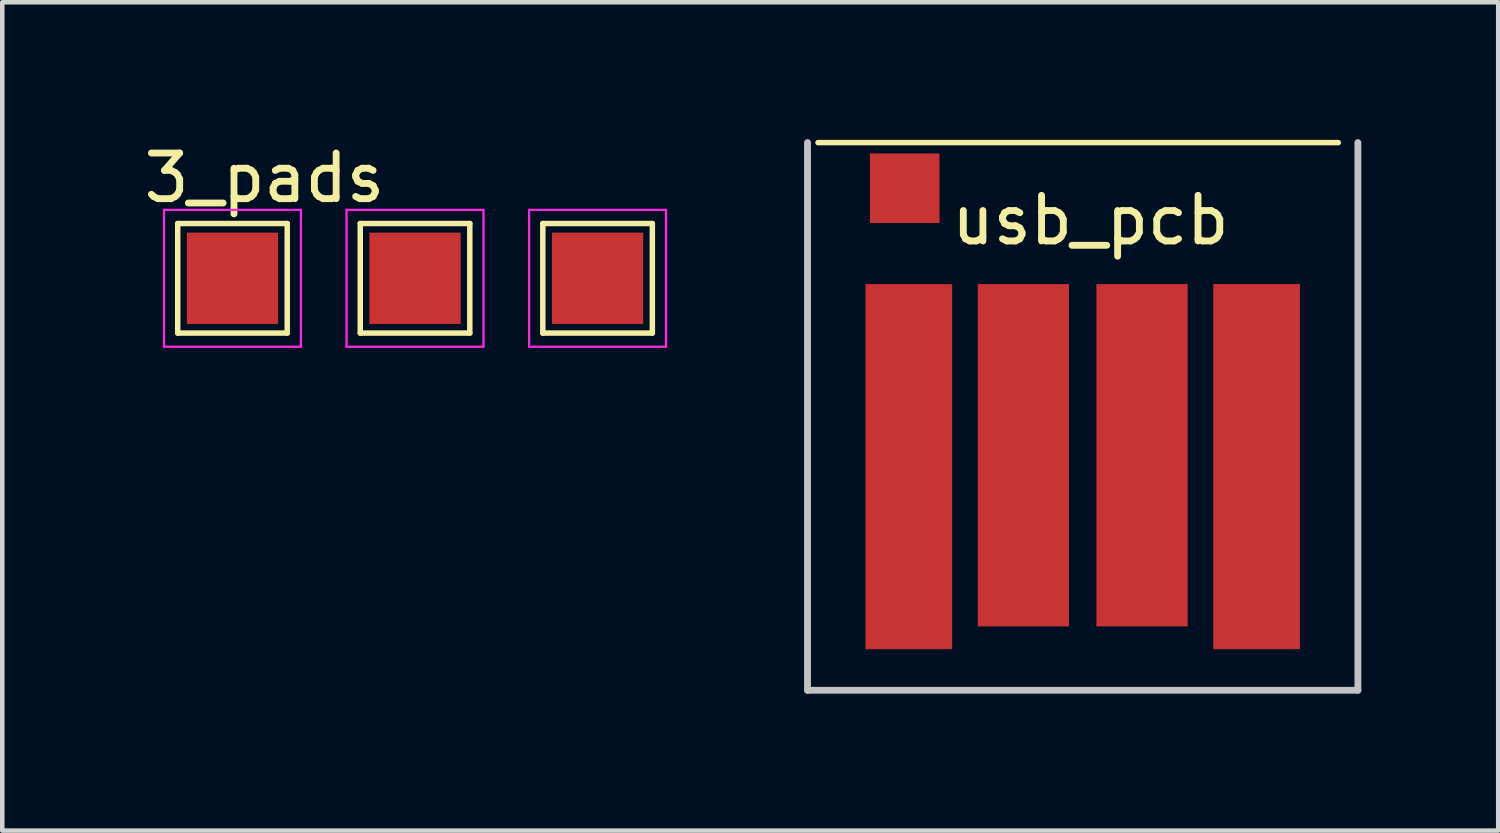
<source format=kicad_pcb>
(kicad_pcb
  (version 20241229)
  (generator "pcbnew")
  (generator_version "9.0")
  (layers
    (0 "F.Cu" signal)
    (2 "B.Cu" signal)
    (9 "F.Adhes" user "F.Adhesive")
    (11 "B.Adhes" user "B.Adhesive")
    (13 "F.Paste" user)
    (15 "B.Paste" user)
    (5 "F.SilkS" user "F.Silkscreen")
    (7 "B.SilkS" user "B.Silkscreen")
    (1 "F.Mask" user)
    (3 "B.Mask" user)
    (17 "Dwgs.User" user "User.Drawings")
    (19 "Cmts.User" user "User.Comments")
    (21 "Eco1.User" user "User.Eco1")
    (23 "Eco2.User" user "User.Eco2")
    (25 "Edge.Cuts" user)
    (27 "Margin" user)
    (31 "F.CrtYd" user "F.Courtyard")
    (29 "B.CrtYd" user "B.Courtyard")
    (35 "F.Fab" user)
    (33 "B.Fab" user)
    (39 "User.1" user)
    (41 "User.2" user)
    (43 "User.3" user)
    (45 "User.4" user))
  (footprint "3_pads"
    (layer "F.Cu")
    (at 2.744 0.348)
    (property "Reference" "3_pads" (at 0 0.5 0) (layer "F.SilkS") (effects (font (size 1 1) (thickness 0.15))))
    (attr through_hole)
    (fp_line (start -1.9 1.5) (end 0.5 1.5) (stroke (width 0.12) (type solid)) (layer "F.SilkS"))
    (fp_line (start -1.9 3.9) (end -1.9 1.5) (stroke (width 0.12) (type solid)) (layer "F.SilkS"))
    (fp_line (start 0.5 1.5) (end 0.5 3.9) (stroke (width 0.12) (type solid)) (layer "F.SilkS"))
    (fp_line (start 0.5 3.9) (end -1.9 3.9) (stroke (width 0.12) (type solid)) (layer "F.SilkS"))
    (fp_line (start 2.1 1.5) (end 4.5 1.5) (stroke (width 0.12) (type solid)) (layer "F.SilkS"))
    (fp_line (start 2.1 3.9) (end 2.1 1.5) (stroke (width 0.12) (type solid)) (layer "F.SilkS"))
    (fp_line (start 4.5 1.5) (end 4.5 3.9) (stroke (width 0.12) (type solid)) (layer "F.SilkS"))
    (fp_line (start 4.5 3.9) (end 2.1 3.9) (stroke (width 0.12) (type solid)) (layer "F.SilkS"))
    (fp_line (start 6.1 1.5) (end 8.5 1.5) (stroke (width 0.12) (type solid)) (layer "F.SilkS"))
    (fp_line (start 6.1 3.9) (end 6.1 1.5) (stroke (width 0.12) (type solid)) (layer "F.SilkS"))
    (fp_line (start 8.5 1.5) (end 8.5 3.9) (stroke (width 0.12) (type solid)) (layer "F.SilkS"))
    (fp_line (start 8.5 3.9) (end 6.1 3.9) (stroke (width 0.12) (type solid)) (layer "F.SilkS"))
    (fp_line (start -2.2 1.2) (end -2.2 4.2) (stroke (width 0.05) (type solid)) (layer "F.CrtYd"))
    (fp_line (start -2.2 1.2) (end 0.8 1.2) (stroke (width 0.05) (type solid)) (layer "F.CrtYd"))
    (fp_line (start 0.8 1.2) (end 0.8 4.2) (stroke (width 0.05) (type solid)) (layer "F.CrtYd"))
    (fp_line (start 0.8 4.2) (end -2.2 4.2) (stroke (width 0.05) (type solid)) (layer "F.CrtYd"))
    (fp_line (start 1.8 1.2) (end 4.8 1.2) (stroke (width 0.05) (type solid)) (layer "F.CrtYd"))
    (fp_line (start 1.8 4.2) (end 1.8 1.2) (stroke (width 0.05) (type solid)) (layer "F.CrtYd"))
    (fp_line (start 4.8 1.2) (end 4.8 4.2) (stroke (width 0.05) (type solid)) (layer "F.CrtYd"))
    (fp_line (start 4.8 4.2) (end 1.8 4.2) (stroke (width 0.05) (type solid)) (layer "F.CrtYd"))
    (fp_line (start 5.8 1.2) (end 8.8 1.2) (stroke (width 0.05) (type solid)) (layer "F.CrtYd"))
    (fp_line (start 5.8 4.2) (end 5.8 1.2) (stroke (width 0.05) (type solid)) (layer "F.CrtYd"))
    (fp_line (start 8.8 4.2) (end 5.8 4.2) (stroke (width 0.05) (type solid)) (layer "F.CrtYd"))
    (fp_line (start 8.8 4.2) (end 8.8 1.2) (stroke (width 0.05) (type solid)) (layer "F.CrtYd"))
    (pad "1" smd rect (at -0.7 2.7) (size 2 2) (layers "F.Cu" "F.Mask"))
    (pad "2" smd rect (at 3.3 2.7) (size 2 2) (layers "F.Cu" "F.Mask"))
    (pad "3" smd rect (at 7.3 2.7) (size 2 2) (layers "F.Cu" "F.Mask")))
  (footprint "usb_pcb"
    (layer "F.Cu")
    (at 20.844 1.275)
    (property "Reference" "usb_pcb" (at 0 0.5 0) (layer "F.SilkS") (effects (font (size 1 1) (thickness 0.15))))
    (attr through_hole)
    (fp_line (start -5.97 -1.2) (end 5.43 -1.2) (stroke (width 0.12) (type solid)) (layer "F.SilkS"))
    (fp_line (start -6.2 10.8) (end -6.2 -1.2) (stroke (width 0.15) (type solid)) (layer "Dwgs.User"))
    (fp_line (start 5.86 10.8) (end -6.2 10.8) (stroke (width 0.15) (type solid)) (layer "Dwgs.User"))
    (fp_line (start 5.86 10.8) (end 5.86 -1.2) (stroke (width 0.15) (type solid)) (layer "Dwgs.User"))
    (pad "1" connect rect (at 3.64 5.9) (size 1.9 8) (layers "F.Cu" "F.Mask"))
    (pad "2" connect rect (at 1.13 5.65) (size 2 7.5) (layers "F.Cu" "F.Mask"))
    (pad "3" connect rect (at -1.47 5.65) (size 2 7.5) (layers "F.Cu" "F.Mask"))
    (pad "4" connect rect (at -3.98 5.9) (size 1.9 8) (layers "F.Cu" "F.Mask"))
    (pad "5" smd rect (at -4.07 -0.2) (size 1.524 1.524) (layers "F.Cu" "F.Mask" "F.Paste")))
  (gr_rect
    (start -3 -3)
    (end 29.779 15.15)
    (stroke (width 0.1) (type default))
    (fill no)
    (layer "Edge.Cuts")))
</source>
